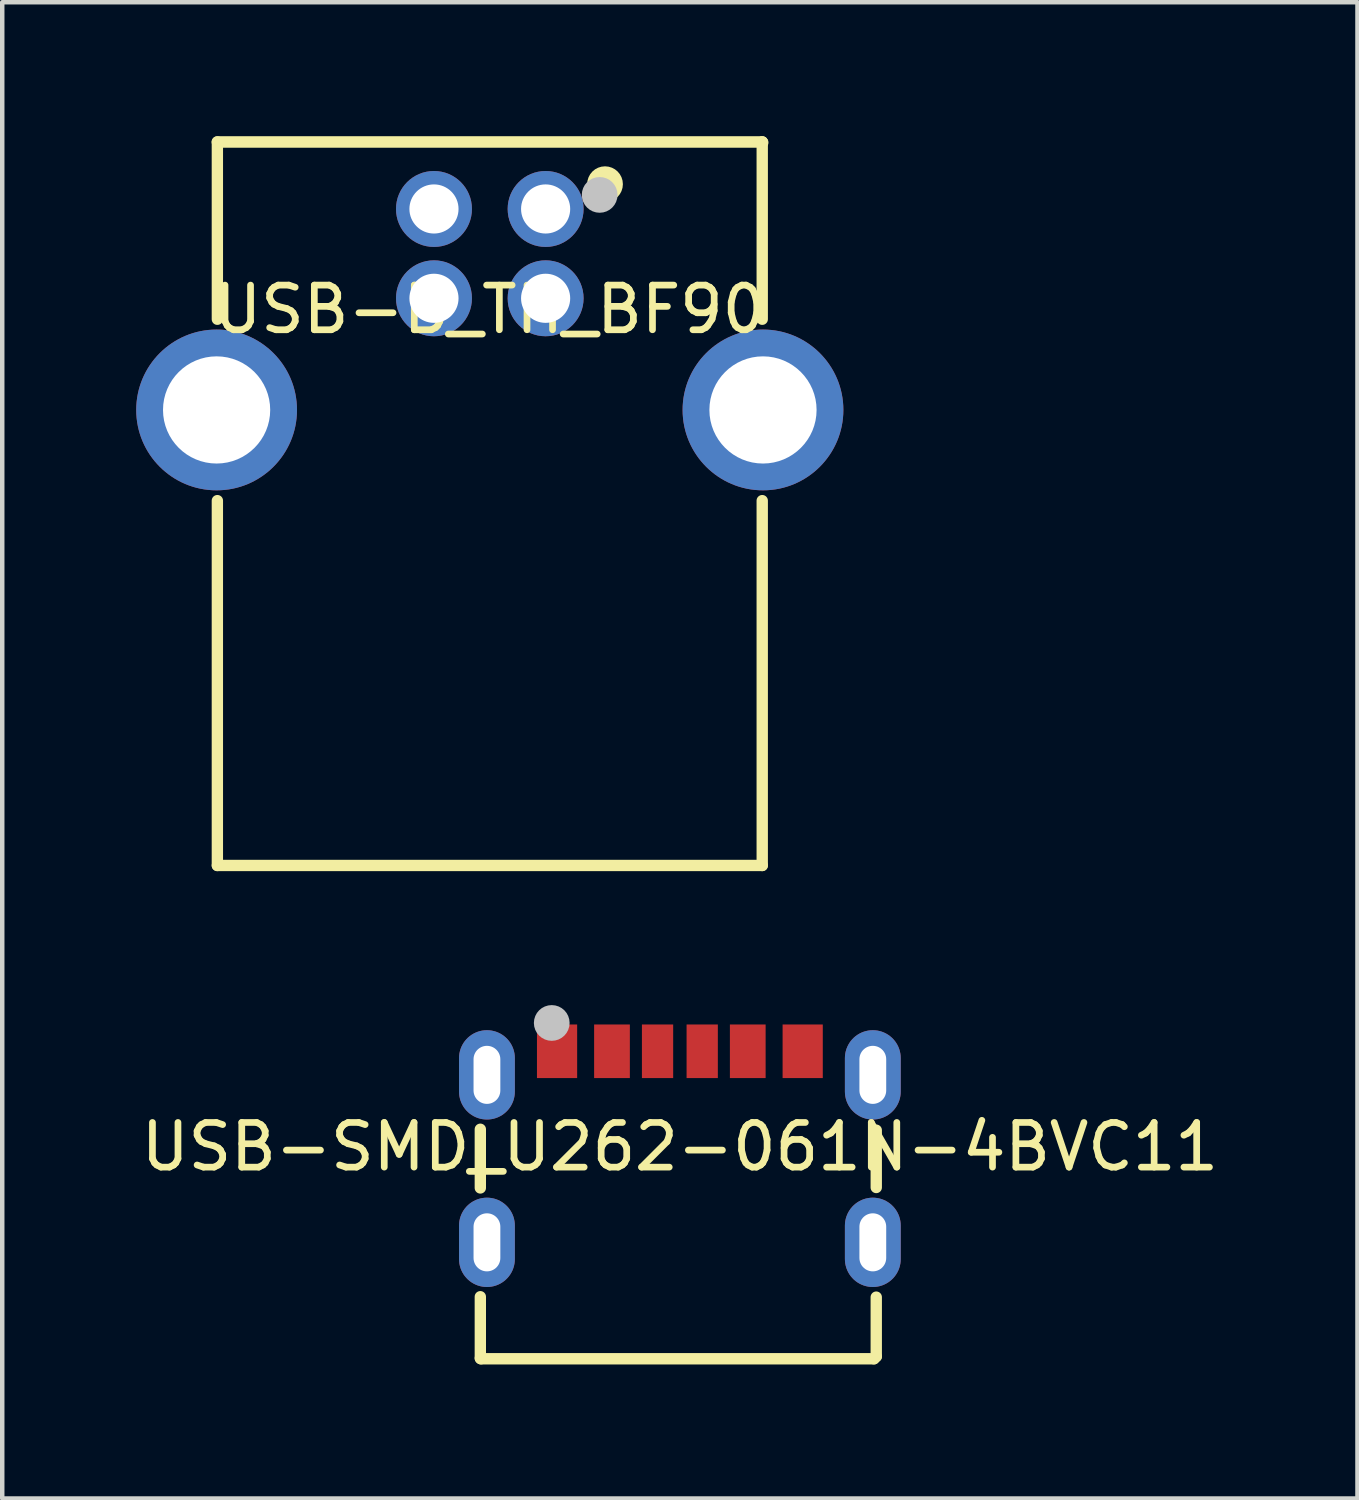
<source format=kicad_pcb>
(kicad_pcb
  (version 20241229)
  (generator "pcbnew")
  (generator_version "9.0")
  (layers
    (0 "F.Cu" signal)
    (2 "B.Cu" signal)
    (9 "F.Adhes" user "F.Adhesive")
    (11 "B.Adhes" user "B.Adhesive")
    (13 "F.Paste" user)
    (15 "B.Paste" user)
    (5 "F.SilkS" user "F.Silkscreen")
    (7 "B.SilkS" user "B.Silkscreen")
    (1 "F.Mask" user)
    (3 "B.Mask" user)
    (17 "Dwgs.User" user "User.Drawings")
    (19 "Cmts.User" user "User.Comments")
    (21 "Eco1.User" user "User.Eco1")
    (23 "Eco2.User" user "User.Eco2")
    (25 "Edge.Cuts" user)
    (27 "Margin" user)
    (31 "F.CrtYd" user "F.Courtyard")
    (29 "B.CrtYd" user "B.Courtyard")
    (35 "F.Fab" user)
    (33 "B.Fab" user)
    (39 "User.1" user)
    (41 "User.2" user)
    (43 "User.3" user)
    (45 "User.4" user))
  (footprint "USB-B_TH_BF90"
    (layer "F.Cu")
    (at 7.917 3.879)
    (property "Reference" "USB-B_TH_BF90" (at 0 0 0) (unlocked yes) (layer "F.SilkS") (effects (font (size 1 1) (thickness 0.15))))
    (fp_line (start -6.1 -3.75) (end -6.1 0.219) (stroke (width 0.254) (type default)) (layer "F.SilkS"))
    (fp_line (start -6.1 4.281) (end -6.1 12.45) (stroke (width 0.254) (type default)) (layer "F.SilkS"))
    (fp_line (start -6.1 12.45) (end 6.1 12.45) (stroke (width 0.254) (type default)) (layer "F.SilkS"))
    (fp_line (start 6.1 -3.75) (end -6.1 -3.75) (stroke (width 0.258) (type default)) (layer "F.SilkS"))
    (fp_line (start 6.1 0.219) (end 6.1 -3.75) (stroke (width 0.254) (type default)) (layer "F.SilkS"))
    (fp_line (start 6.1 12.45) (end 6.1 4.281) (stroke (width 0.254) (type default)) (layer "F.SilkS"))
    (fp_arc (start 6.1 -3.75) (mid 6.108839 -3.746339) (end 6.1125 -3.7375) (stroke (width 0.254) (type default)) (layer "F.SilkS"))
    (fp_circle (center 2.58 -2.805) (end 2.78 -2.805) (stroke (width 0.4) (type default)) (fill no) (layer "F.SilkS"))
    (fp_circle (center 2.46 -2.565) (end 2.66 -2.565) (stroke (width 0.4) (type default)) (fill no) (layer "Dwgs.User"))
    (fp_poly (pts (xy -7.216 1.5) (xy -5.966 1.5) (xy -5.966 3) (xy -7.216 3)) (stroke (width 0.1) (type default)) (fill no) (layer "User.1"))
    (fp_poly (pts (xy -5.966 1.5) (xy -5.966 3) (xy -6.266 3) (xy -6.266 1.5)) (stroke (width 0.1) (type default)) (fill no) (layer "User.1"))
    (fp_poly (pts (xy -1.55 -2.4) (xy -0.95 -2.4) (xy -0.95 -2.1) (xy -1.55 -2.1)) (stroke (width 0.1) (type default)) (fill no) (layer "User.1"))
    (fp_poly (pts (xy -1.55 -0.4) (xy -0.95 -0.4) (xy -0.95 -0.1) (xy -1.55 -0.1)) (stroke (width 0.1) (type default)) (fill no) (layer "User.1"))
    (fp_poly (pts (xy 0.95 -2.4) (xy 1.55 -2.4) (xy 1.55 -2.1) (xy 0.95 -2.1)) (stroke (width 0.1) (type default)) (fill no) (layer "User.1"))
    (fp_poly (pts (xy 0.95 -0.4) (xy 1.55 -0.4) (xy 1.55 -0.1) (xy 0.95 -0.1)) (stroke (width 0.1) (type default)) (fill no) (layer "User.1"))
    (fp_poly (pts (xy 5.966 3) (xy 5.966 1.5) (xy 6.266 1.5) (xy 6.266 3)) (stroke (width 0.1) (type default)) (fill no) (layer "User.1"))
    (fp_poly (pts (xy 7.216 3) (xy 5.966 3) (xy 5.966 1.5) (xy 7.216 1.5)) (stroke (width 0.1) (type default)) (fill no) (layer "User.1"))
    (fp_line (start -6.1 -3.75) (end 6.1 -3.75) (stroke (width 0.051) (type default)) (layer "User.2"))
    (fp_line (start -6.1 12.45) (end -6.1 -3.75) (stroke (width 0.051) (type default)) (layer "User.2"))
    (fp_line (start 6.1 -3.75) (end 6.1 12.45) (stroke (width 0.051) (type default)) (layer "User.2"))
    (fp_line (start 6.1 12.45) (end -6.1 12.45) (stroke (width 0.051) (type default)) (layer "User.2"))
    (fp_poly (pts (xy 7.277 -3.75) (xy 7.259 -3.792) (xy 7.216 -3.81) (xy 7.174 -3.792) (xy 7.157 -3.75) (xy 7.174 -3.708) (xy 7.216 -3.69) (xy 7.259 -3.708)) (stroke (width 0.1) (type default)) (fill no) (layer "User.3"))
    (pad "1" thru_hole circle (at 1.25 -2.25) (size 1.7 1.7) (drill 1.1) (layers "*.Cu" "*.Mask"))
    (pad "2" thru_hole circle (at -1.25 -2.25) (size 1.7 1.7) (drill 1.1) (layers "*.Cu" "*.Mask"))
    (pad "3" thru_hole circle (at -1.25 -0.25) (size 1.7 1.7) (drill 1.1) (layers "*.Cu" "*.Mask"))
    (pad "4" thru_hole circle (at 1.25 -0.25) (size 1.7 1.7) (drill 1.1) (layers "*.Cu" "*.Mask"))
    (pad "5" thru_hole circle (at -6.117 2.25) (size 3.6 3.6) (drill 2.4) (layers "*.Cu" "*.Mask"))
    (pad "5" thru_hole circle (at 6.117 2.25) (size 3.6 3.6) (drill 2.4) (layers "*.Cu" "*.Mask")))
  (footprint "USB-SMD_U262-061N-4BVC11"
    (layer "F.Cu")
    (at 12.173 22.628)
    (property "Reference" "USB-SMD_U262-061N-4BVC11" (at 0 0 0) (unlocked yes) (layer "F.SilkS") (effects (font (size 1 1) (thickness 0.15))))
    (fp_line (start -4.468 -0.393) (end -4.468 0.921) (stroke (width 0.254) (type default)) (layer "F.SilkS"))
    (fp_line (start -4.468 3.357) (end -4.468 4.734) (stroke (width 0.254) (type default)) (layer "F.SilkS"))
    (fp_line (start -4.468 4.734) (end -4.455 4.746) (stroke (width 0.254) (type default)) (layer "F.SilkS"))
    (fp_line (start -4.455 4.746) (end 4.346 4.746) (stroke (width 0.254) (type default)) (layer "F.SilkS"))
    (fp_line (start 4.346 4.746) (end 4.397 4.696) (stroke (width 0.254) (type default)) (layer "F.SilkS"))
    (fp_line (start 4.397 0.911) (end 4.397 -0.372) (stroke (width 0.254) (type default)) (layer "F.SilkS"))
    (fp_line (start 4.397 4.696) (end 4.397 3.366) (stroke (width 0.254) (type default)) (layer "F.SilkS"))
    (fp_poly (pts (xy -2.3 -1.539) (xy -2.3 -2.739) (xy -3.2 -2.739) (xy -3.2 -1.539)) (stroke (width 0) (type default)) (fill yes) (layer "F.Paste"))
    (fp_poly (pts (xy -1.12 -1.539) (xy -1.12 -2.739) (xy -1.92 -2.739) (xy -1.92 -1.539)) (stroke (width 0) (type default)) (fill yes) (layer "F.Paste"))
    (fp_poly (pts (xy -0.85 -2.739) (xy -0.85 -1.539) (xy -0.15 -1.539) (xy -0.15 -2.739)) (stroke (width 0) (type default)) (fill yes) (layer "F.Paste"))
    (fp_poly (pts (xy 0.15 -2.739) (xy 0.15 -1.539) (xy 0.85 -1.539) (xy 0.85 -2.739)) (stroke (width 0) (type default)) (fill yes) (layer "F.Paste"))
    (fp_poly (pts (xy 1.12 -2.739) (xy 1.12 -1.539) (xy 1.92 -1.539) (xy 1.92 -2.739)) (stroke (width 0) (type default)) (fill yes) (layer "F.Paste"))
    (fp_poly (pts (xy 3.2 -1.539) (xy 3.2 -2.739) (xy 2.3 -2.739) (xy 2.3 -1.539)) (stroke (width 0) (type default)) (fill yes) (layer "F.Paste"))
    (fp_poly (pts (xy -4.335 -2.611) (xy -4.367 -2.609) (xy -4.398 -2.606) (xy -4.428 -2.602) (xy -4.459 -2.595) (xy -4.489 -2.587) (xy -4.519 -2.579) (xy -4.548 -2.568) (xy -4.577 -2.555) (xy -4.605 -2.542) (xy -4.633 -2.527) (xy -4.659 -2.511) (xy -4.685 -2.494) (xy -4.71 -2.474) (xy -4.734 -2.454) (xy -4.756 -2.433) (xy -4.778 -2.411) (xy -4.799 -2.388) (xy -4.818 -2.364) (xy -4.837 -2.338) (xy -4.854 -2.312) (xy -4.869 -2.285) (xy -4.883 -2.257) (xy -4.896 -2.228) (xy -4.907 -2.2) (xy -4.918 -2.17) (xy -4.926 -2.14) (xy -4.933 -2.11) (xy -4.938 -2.079) (xy -4.942 -2.048) (xy -4.944 -2.017) (xy -4.945 -1.986) (xy -4.945 -1.236) (xy -4.944 -1.205) (xy -4.942 -1.174) (xy -4.938 -1.143) (xy -4.933 -1.112) (xy -4.926 -1.082) (xy -4.918 -1.052) (xy -4.907 -1.022) (xy -4.896 -0.993) (xy -4.883 -0.965) (xy -4.869 -0.937) (xy -4.854 -0.91) (xy -4.837 -0.884) (xy -4.818 -0.859) (xy -4.799 -0.835) (xy -4.778 -0.811) (xy -4.756 -0.788) (xy -4.734 -0.767) (xy -4.71 -0.748) (xy -4.685 -0.729) (xy -4.659 -0.711) (xy -4.633 -0.695) (xy -4.605 -0.68) (xy -4.577 -0.666) (xy -4.548 -0.654) (xy -4.519 -0.643) (xy -4.489 -0.634) (xy -4.459 -0.626) (xy -4.428 -0.621) (xy -4.398 -0.616) (xy -4.367 -0.613) (xy -4.335 -0.611) (xy -4.304 -0.611) (xy -4.274 -0.613) (xy -4.242 -0.616) (xy -4.212 -0.621) (xy -4.181 -0.626) (xy -4.151 -0.634) (xy -4.121 -0.643) (xy -4.091 -0.654) (xy -4.063 -0.666) (xy -4.035 -0.68) (xy -4.008 -0.695) (xy -3.981 -0.711) (xy -3.955 -0.729) (xy -3.93 -0.748) (xy -3.906 -0.767) (xy -3.884 -0.788) (xy -3.862 -0.811) (xy -3.841 -0.835) (xy -3.822 -0.859) (xy -3.804 -0.884) (xy -3.787 -0.91) (xy -3.771 -0.937) (xy -3.757 -0.965) (xy -3.744 -0.993) (xy -3.732 -1.022) (xy -3.723 -1.052) (xy -3.715 -1.082) (xy -3.708 -1.112) (xy -3.702 -1.143) (xy -3.698 -1.174) (xy -3.696 -1.205) (xy -3.695 -1.236) (xy -3.695 -1.986) (xy -3.696 -2.017) (xy -3.698 -2.048) (xy -3.702 -2.079) (xy -3.708 -2.11) (xy -3.715 -2.14) (xy -3.723 -2.17) (xy -3.732 -2.2) (xy -3.744 -2.228) (xy -3.757 -2.257) (xy -3.771 -2.285) (xy -3.787 -2.312) (xy -3.804 -2.338) (xy -3.822 -2.364) (xy -3.841 -2.388) (xy -3.862 -2.411) (xy -3.884 -2.433) (xy -3.906 -2.454) (xy -3.93 -2.474) (xy -3.955 -2.494) (xy -3.981 -2.511) (xy -4.008 -2.527) (xy -4.035 -2.542) (xy -4.063 -2.555) (xy -4.091 -2.568) (xy -4.121 -2.579) (xy -4.151 -2.587) (xy -4.181 -2.595) (xy -4.212 -2.602) (xy -4.242 -2.606) (xy -4.274 -2.609) (xy -4.304 -2.611)) (stroke (width 0) (type default)) (fill yes) (layer "F.Paste"))
    (fp_poly (pts (xy -4.335 1.139) (xy -4.367 1.141) (xy -4.398 1.144) (xy -4.428 1.149) (xy -4.459 1.155) (xy -4.489 1.163) (xy -4.519 1.171) (xy -4.548 1.183) (xy -4.577 1.194) (xy -4.605 1.208) (xy -4.633 1.223) (xy -4.659 1.239) (xy -4.685 1.256) (xy -4.71 1.276) (xy -4.734 1.296) (xy -4.756 1.317) (xy -4.778 1.339) (xy -4.799 1.363) (xy -4.818 1.387) (xy -4.837 1.412) (xy -4.854 1.438) (xy -4.869 1.465) (xy -4.883 1.493) (xy -4.896 1.522) (xy -4.907 1.55) (xy -4.918 1.58) (xy -4.926 1.61) (xy -4.933 1.64) (xy -4.938 1.671) (xy -4.942 1.702) (xy -4.944 1.733) (xy -4.945 1.764) (xy -4.945 2.514) (xy -4.944 2.545) (xy -4.942 2.576) (xy -4.938 2.607) (xy -4.933 2.638) (xy -4.926 2.668) (xy -4.918 2.699) (xy -4.907 2.728) (xy -4.896 2.757) (xy -4.883 2.785) (xy -4.869 2.813) (xy -4.854 2.84) (xy -4.837 2.866) (xy -4.818 2.892) (xy -4.799 2.916) (xy -4.778 2.939) (xy -4.756 2.962) (xy -4.734 2.982) (xy -4.71 3.002) (xy -4.685 3.022) (xy -4.659 3.039) (xy -4.633 3.055) (xy -4.605 3.07) (xy -4.577 3.084) (xy -4.548 3.096) (xy -4.519 3.107) (xy -4.489 3.115) (xy -4.459 3.123) (xy -4.428 3.13) (xy -4.398 3.134) (xy -4.367 3.138) (xy -4.335 3.139) (xy -4.304 3.139) (xy -4.274 3.138) (xy -4.242 3.134) (xy -4.212 3.13) (xy -4.181 3.123) (xy -4.151 3.115) (xy -4.121 3.107) (xy -4.091 3.096) (xy -4.063 3.084) (xy -4.035 3.07) (xy -4.008 3.055) (xy -3.981 3.039) (xy -3.955 3.022) (xy -3.93 3.002) (xy -3.906 2.982) (xy -3.884 2.962) (xy -3.862 2.939) (xy -3.841 2.916) (xy -3.822 2.892) (xy -3.804 2.866) (xy -3.787 2.84) (xy -3.771 2.813) (xy -3.757 2.785) (xy -3.744 2.757) (xy -3.732 2.728) (xy -3.723 2.699) (xy -3.715 2.668) (xy -3.708 2.638) (xy -3.702 2.607) (xy -3.698 2.576) (xy -3.696 2.545) (xy -3.695 2.514) (xy -3.695 1.764) (xy -3.696 1.733) (xy -3.698 1.702) (xy -3.702 1.671) (xy -3.708 1.64) (xy -3.715 1.61) (xy -3.723 1.58) (xy -3.732 1.55) (xy -3.744 1.522) (xy -3.757 1.493) (xy -3.771 1.465) (xy -3.787 1.438) (xy -3.804 1.412) (xy -3.822 1.387) (xy -3.841 1.363) (xy -3.862 1.339) (xy -3.884 1.317) (xy -3.906 1.296) (xy -3.93 1.276) (xy -3.955 1.256) (xy -3.981 1.239) (xy -4.008 1.223) (xy -4.035 1.208) (xy -4.063 1.194) (xy -4.091 1.183) (xy -4.121 1.171) (xy -4.151 1.163) (xy -4.181 1.155) (xy -4.212 1.149) (xy -4.242 1.144) (xy -4.274 1.141) (xy -4.304 1.139)) (stroke (width 0) (type default)) (fill yes) (layer "F.Paste"))
    (fp_poly (pts (xy 4.304 1.139) (xy 4.274 1.141) (xy 4.242 1.144) (xy 4.212 1.149) (xy 4.181 1.155) (xy 4.151 1.163) (xy 4.121 1.171) (xy 4.091 1.183) (xy 4.063 1.194) (xy 4.035 1.208) (xy 4.008 1.223) (xy 3.981 1.239) (xy 3.955 1.256) (xy 3.93 1.276) (xy 3.906 1.296) (xy 3.884 1.317) (xy 3.862 1.339) (xy 3.841 1.363) (xy 3.822 1.387) (xy 3.804 1.412) (xy 3.787 1.438) (xy 3.771 1.465) (xy 3.757 1.493) (xy 3.744 1.522) (xy 3.732 1.55) (xy 3.723 1.58) (xy 3.715 1.61) (xy 3.708 1.64) (xy 3.702 1.671) (xy 3.698 1.702) (xy 3.696 1.733) (xy 3.695 1.764) (xy 3.695 2.514) (xy 3.696 2.545) (xy 3.698 2.576) (xy 3.702 2.607) (xy 3.708 2.638) (xy 3.715 2.668) (xy 3.723 2.699) (xy 3.732 2.728) (xy 3.744 2.757) (xy 3.757 2.785) (xy 3.771 2.813) (xy 3.787 2.84) (xy 3.804 2.866) (xy 3.822 2.892) (xy 3.841 2.916) (xy 3.862 2.939) (xy 3.884 2.962) (xy 3.906 2.982) (xy 3.93 3.002) (xy 3.955 3.022) (xy 3.981 3.039) (xy 4.008 3.055) (xy 4.035 3.07) (xy 4.063 3.084) (xy 4.091 3.096) (xy 4.121 3.107) (xy 4.151 3.115) (xy 4.181 3.123) (xy 4.212 3.13) (xy 4.242 3.134) (xy 4.274 3.138) (xy 4.304 3.139) (xy 4.335 3.139) (xy 4.367 3.138) (xy 4.398 3.134) (xy 4.428 3.13) (xy 4.459 3.123) (xy 4.489 3.115) (xy 4.519 3.107) (xy 4.548 3.096) (xy 4.577 3.084) (xy 4.605 3.07) (xy 4.633 3.055) (xy 4.659 3.039) (xy 4.685 3.022) (xy 4.71 3.002) (xy 4.734 2.982) (xy 4.756 2.962) (xy 4.778 2.939) (xy 4.799 2.916) (xy 4.818 2.892) (xy 4.837 2.866) (xy 4.854 2.84) (xy 4.869 2.813) (xy 4.883 2.785) (xy 4.896 2.757) (xy 4.907 2.728) (xy 4.918 2.699) (xy 4.926 2.668) (xy 4.933 2.638) (xy 4.938 2.607) (xy 4.942 2.576) (xy 4.944 2.545) (xy 4.945 2.514) (xy 4.945 1.764) (xy 4.944 1.733) (xy 4.942 1.702) (xy 4.938 1.671) (xy 4.933 1.64) (xy 4.926 1.61) (xy 4.918 1.58) (xy 4.907 1.55) (xy 4.896 1.522) (xy 4.883 1.493) (xy 4.869 1.465) (xy 4.854 1.438) (xy 4.837 1.412) (xy 4.818 1.387) (xy 4.799 1.363) (xy 4.778 1.339) (xy 4.756 1.317) (xy 4.734 1.296) (xy 4.71 1.276) (xy 4.685 1.256) (xy 4.659 1.239) (xy 4.633 1.223) (xy 4.605 1.208) (xy 4.577 1.194) (xy 4.548 1.183) (xy 4.519 1.171) (xy 4.489 1.163) (xy 4.459 1.155) (xy 4.428 1.149) (xy 4.398 1.144) (xy 4.367 1.141) (xy 4.335 1.139)) (stroke (width 0) (type default)) (fill yes) (layer "F.Paste"))
    (fp_poly (pts (xy 4.367 -2.609) (xy 4.335 -2.611) (xy 4.304 -2.611) (xy 4.274 -2.609) (xy 4.242 -2.606) (xy 4.212 -2.602) (xy 4.181 -2.595) (xy 4.151 -2.587) (xy 4.121 -2.579) (xy 4.091 -2.568) (xy 4.063 -2.555) (xy 4.035 -2.542) (xy 4.008 -2.527) (xy 3.981 -2.511) (xy 3.955 -2.494) (xy 3.93 -2.474) (xy 3.906 -2.454) (xy 3.884 -2.433) (xy 3.862 -2.411) (xy 3.841 -2.388) (xy 3.822 -2.364) (xy 3.804 -2.338) (xy 3.787 -2.312) (xy 3.771 -2.285) (xy 3.757 -2.257) (xy 3.744 -2.228) (xy 3.732 -2.2) (xy 3.723 -2.17) (xy 3.715 -2.14) (xy 3.708 -2.11) (xy 3.702 -2.079) (xy 3.698 -2.048) (xy 3.696 -2.017) (xy 3.695 -1.986) (xy 3.695 -1.236) (xy 3.696 -1.205) (xy 3.698 -1.174) (xy 3.702 -1.143) (xy 3.708 -1.112) (xy 3.715 -1.082) (xy 3.723 -1.052) (xy 3.732 -1.022) (xy 3.744 -0.993) (xy 3.757 -0.965) (xy 3.771 -0.937) (xy 3.787 -0.91) (xy 3.804 -0.884) (xy 3.822 -0.859) (xy 3.841 -0.835) (xy 3.862 -0.811) (xy 3.884 -0.788) (xy 3.906 -0.767) (xy 3.93 -0.748) (xy 3.955 -0.729) (xy 3.981 -0.711) (xy 4.008 -0.695) (xy 4.035 -0.68) (xy 4.063 -0.666) (xy 4.091 -0.654) (xy 4.121 -0.643) (xy 4.151 -0.634) (xy 4.181 -0.626) (xy 4.212 -0.621) (xy 4.242 -0.616) (xy 4.274 -0.613) (xy 4.304 -0.611) (xy 4.335 -0.611) (xy 4.367 -0.613) (xy 4.398 -0.616) (xy 4.428 -0.621) (xy 4.459 -0.626) (xy 4.489 -0.634) (xy 4.519 -0.643) (xy 4.548 -0.654) (xy 4.577 -0.666) (xy 4.605 -0.68) (xy 4.633 -0.695) (xy 4.659 -0.711) (xy 4.685 -0.729) (xy 4.71 -0.748) (xy 4.734 -0.767) (xy 4.756 -0.788) (xy 4.778 -0.811) (xy 4.799 -0.835) (xy 4.818 -0.859) (xy 4.837 -0.884) (xy 4.854 -0.91) (xy 4.869 -0.937) (xy 4.883 -0.965) (xy 4.896 -0.993) (xy 4.907 -1.022) (xy 4.918 -1.052) (xy 4.926 -1.082) (xy 4.933 -1.112) (xy 4.938 -1.143) (xy 4.942 -1.174) (xy 4.944 -1.205) (xy 4.945 -1.236) (xy 4.945 -1.986) (xy 4.944 -2.017) (xy 4.942 -2.048) (xy 4.938 -2.079) (xy 4.933 -2.11) (xy 4.926 -2.14) (xy 4.918 -2.17) (xy 4.907 -2.2) (xy 4.896 -2.228) (xy 4.883 -2.257) (xy 4.869 -2.285) (xy 4.854 -2.312) (xy 4.837 -2.338) (xy 4.818 -2.364) (xy 4.799 -2.388) (xy 4.778 -2.411) (xy 4.756 -2.433) (xy 4.734 -2.454) (xy 4.71 -2.474) (xy 4.685 -2.494) (xy 4.659 -2.511) (xy 4.633 -2.527) (xy 4.605 -2.542) (xy 4.577 -2.555) (xy 4.548 -2.568) (xy 4.519 -2.579) (xy 4.489 -2.587) (xy 4.459 -2.595) (xy 4.428 -2.602) (xy 4.398 -2.606)) (stroke (width 0) (type default)) (fill yes) (layer "F.Paste"))
    (fp_circle (center -2.869 -2.773) (end -2.669 -2.773) (stroke (width 0.4) (type default)) (fill no) (layer "Dwgs.User"))
    (fp_poly (pts (xy -4.47 -2.011) (xy -4.17 -2.011) (xy -4.17 -1.211) (xy -4.47 -1.211)) (stroke (width 0.1) (type default)) (fill no) (layer "User.1"))
    (fp_poly (pts (xy -4.47 1.739) (xy -4.17 1.739) (xy -4.17 2.539) (xy -4.47 2.539)) (stroke (width 0.1) (type default)) (fill no) (layer "User.1"))
    (fp_poly (pts (xy -3.05 -2.377) (xy -2.45 -2.377) (xy -2.45 -1.577) (xy -3.05 -1.577)) (stroke (width 0.1) (type default)) (fill no) (layer "User.1"))
    (fp_poly (pts (xy -1.82 -2.377) (xy -1.22 -2.377) (xy -1.22 -1.577) (xy -1.82 -1.577)) (stroke (width 0.1) (type default)) (fill no) (layer "User.1"))
    (fp_poly (pts (xy -0.78 -2.377) (xy -0.22 -2.377) (xy -0.22 -1.577) (xy -0.78 -1.577)) (stroke (width 0.1) (type default)) (fill no) (layer "User.1"))
    (fp_poly (pts (xy 0.22 -2.377) (xy 0.78 -2.377) (xy 0.78 -1.577) (xy 0.22 -1.577)) (stroke (width 0.1) (type default)) (fill no) (layer "User.1"))
    (fp_poly (pts (xy 1.22 -2.377) (xy 1.82 -2.377) (xy 1.82 -1.577) (xy 1.22 -1.577)) (stroke (width 0.1) (type default)) (fill no) (layer "User.1"))
    (fp_poly (pts (xy 2.45 -2.377) (xy 3.05 -2.377) (xy 3.05 -1.577) (xy 2.45 -1.577)) (stroke (width 0.1) (type default)) (fill no) (layer "User.1"))
    (fp_poly (pts (xy 4.17 -2.011) (xy 4.47 -2.011) (xy 4.47 -1.211) (xy 4.17 -1.211)) (stroke (width 0.1) (type default)) (fill no) (layer "User.1"))
    (fp_poly (pts (xy 4.17 1.739) (xy 4.47 1.739) (xy 4.47 2.539) (xy 4.17 2.539)) (stroke (width 0.1) (type default)) (fill no) (layer "User.1"))
    (fp_line (start -4.475 -2.111) (end 4.475 -2.111) (stroke (width 0.051) (type default)) (layer "User.2"))
    (fp_line (start -4.475 4.739) (end -4.475 -2.111) (stroke (width 0.051) (type default)) (layer "User.2"))
    (fp_line (start 4.475 -2.111) (end 4.475 4.739) (stroke (width 0.051) (type default)) (layer "User.2"))
    (fp_line (start 4.475 4.739) (end -4.475 4.739) (stroke (width 0.051) (type default)) (layer "User.2"))
    (fp_poly (pts (xy -4.415 -2.377) (xy -4.433 -2.419) (xy -4.475 -2.437) (xy -4.517 -2.419) (xy -4.535 -2.377) (xy -4.517 -2.334) (xy -4.475 -2.317) (xy -4.433 -2.334)) (stroke (width 0.1) (type default)) (fill no) (layer "User.3"))
    (pad "7" thru_hole oval (at -4.32 -1.611) (size 1.25 2) (drill oval 0.6 1.3) (layers "*.Cu" "*.Mask"))
    (pad "8" thru_hole oval (at 4.32 -1.611) (size 1.25 2) (drill oval 0.6 1.3) (layers "*.Cu" "*.Mask"))
    (pad "9" thru_hole oval (at -4.32 2.139) (size 1.25 2) (drill oval 0.6 1.3) (layers "*.Cu" "*.Mask"))
    (pad "10" thru_hole oval (at 4.32 2.139) (size 1.25 2) (drill oval 0.6 1.3) (layers "*.Cu" "*.Mask"))
    (pad "A5" smd rect (at -0.5 -2.139) (size 0.7 1.2) (layers "F.Cu" "F.Mask" "F.Paste"))
    (pad "A9" smd rect (at 1.52 -2.139) (size 0.8 1.2) (layers "F.Cu" "F.Mask" "F.Paste"))
    (pad "A12" smd rect (at 2.75 -2.139) (size 0.9 1.2) (layers "F.Cu" "F.Mask" "F.Paste"))
    (pad "B5" smd rect (at 0.5 -2.139) (size 0.7 1.2) (layers "F.Cu" "F.Mask" "F.Paste"))
    (pad "B9" smd rect (at -1.52 -2.139) (size 0.8 1.2) (layers "F.Cu" "F.Mask" "F.Paste"))
    (pad "B12" smd rect (at -2.75 -2.139) (size 0.9 1.2) (layers "F.Cu" "F.Mask" "F.Paste")))
  (gr_rect
    (start -3 -3)
    (end 27.345 30.502)
    (stroke (width 0.1) (type default))
    (fill no)
    (layer "Edge.Cuts")))
</source>
